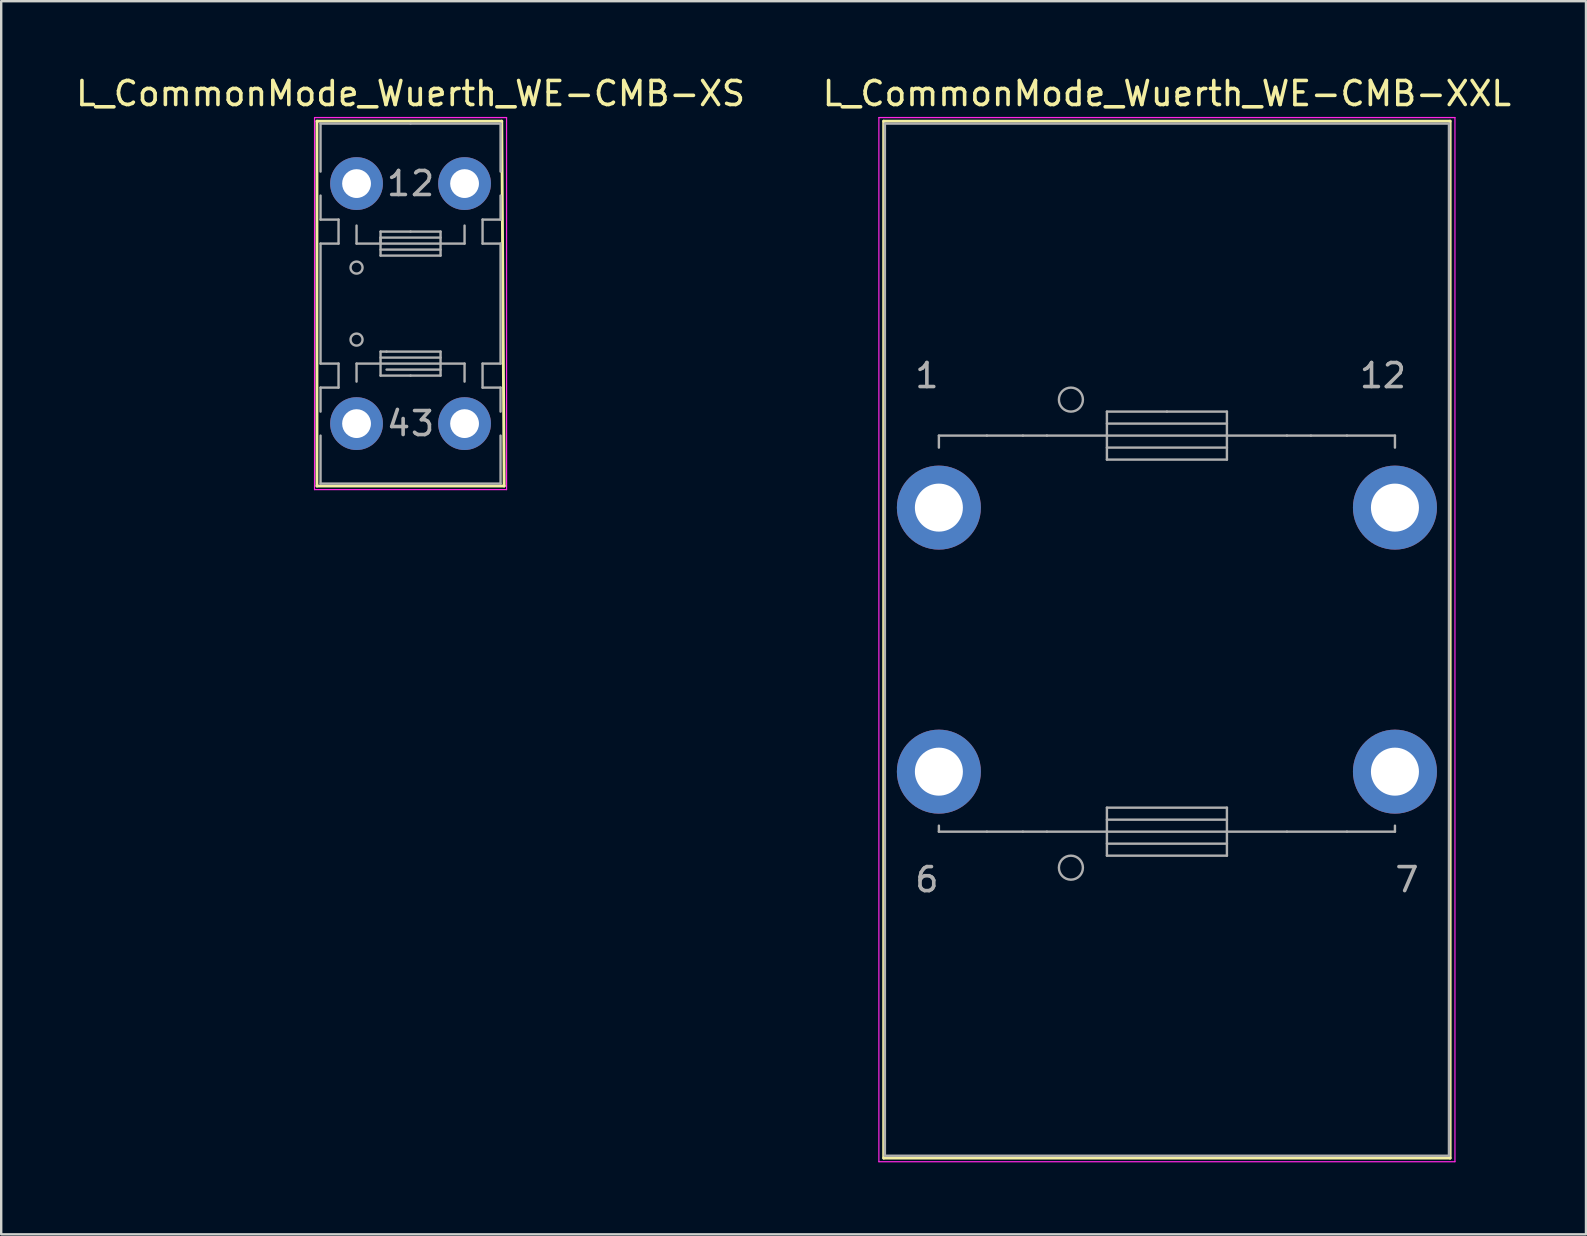
<source format=kicad_pcb>
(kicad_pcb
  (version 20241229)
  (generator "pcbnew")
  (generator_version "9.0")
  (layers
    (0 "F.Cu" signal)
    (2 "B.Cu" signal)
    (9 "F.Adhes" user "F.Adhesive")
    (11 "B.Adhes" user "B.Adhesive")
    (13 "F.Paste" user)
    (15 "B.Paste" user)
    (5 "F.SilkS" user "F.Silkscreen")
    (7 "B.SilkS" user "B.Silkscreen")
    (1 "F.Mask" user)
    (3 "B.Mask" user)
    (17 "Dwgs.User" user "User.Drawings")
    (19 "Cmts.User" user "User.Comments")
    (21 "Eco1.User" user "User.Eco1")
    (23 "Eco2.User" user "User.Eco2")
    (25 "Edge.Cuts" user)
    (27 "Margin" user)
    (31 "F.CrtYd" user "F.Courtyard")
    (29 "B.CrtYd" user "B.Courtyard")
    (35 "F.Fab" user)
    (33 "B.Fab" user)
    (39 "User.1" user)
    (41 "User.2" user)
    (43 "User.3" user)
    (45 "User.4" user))
  (footprint "L_CommonMode_Wuerth_WE-CMB-XXL"
    (layer "F.Cu")
    (at 36.065 18.098)
    (property "Reference" "L_CommonMode_Wuerth_WE-CMB-XXL" (at 9.5 -17.25 0) (layer "F.SilkS") (effects (font (size 1 1) (thickness 0.15))))
    (attr through_hole)
    (fp_line (start -2.3 -16.1) (end 21.3 -16.1) (stroke (width 0.12) (type solid)) (layer "F.SilkS"))
    (fp_line (start -2.3 27.1) (end -2.3 -16.1) (stroke (width 0.12) (type solid)) (layer "F.SilkS"))
    (fp_line (start 21.3 -16.1) (end 21.3 27.1) (stroke (width 0.12) (type solid)) (layer "F.SilkS"))
    (fp_line (start 21.3 27.1) (end -2.3 27.1) (stroke (width 0.12) (type solid)) (layer "F.SilkS"))
    (fp_line (start -2.5 -16.25) (end 21.5 -16.25) (stroke (width 0.05) (type solid)) (layer "F.CrtYd"))
    (fp_line (start -2.5 27.25) (end -2.5 -16.25) (stroke (width 0.05) (type solid)) (layer "F.CrtYd"))
    (fp_line (start 21.5 -16.25) (end 21.5 27.25) (stroke (width 0.05) (type solid)) (layer "F.CrtYd"))
    (fp_line (start 21.5 27.25) (end -2.5 27.25) (stroke (width 0.05) (type solid)) (layer "F.CrtYd"))
    (fp_line (start -2.25 -16) (end -2.25 27) (stroke (width 0.1) (type solid)) (layer "F.Fab"))
    (fp_line (start -2.25 27) (end 21.25 27) (stroke (width 0.1) (type solid)) (layer "F.Fab"))
    (fp_line (start 0 -3) (end 0 -2.5) (stroke (width 0.1) (type solid)) (layer "F.Fab"))
    (fp_line (start 0 13.5) (end 0 13.25) (stroke (width 0.1) (type solid)) (layer "F.Fab"))
    (fp_line (start 2 -3) (end 0 -3) (stroke (width 0.1) (type solid)) (layer "F.Fab"))
    (fp_line (start 2 13.5) (end 0 13.5) (stroke (width 0.1) (type solid)) (layer "F.Fab"))
    (fp_line (start 3.5 -3) (end 2 -3) (stroke (width 0.1) (type solid)) (layer "F.Fab"))
    (fp_line (start 3.5 13.5) (end 2 13.5) (stroke (width 0.1) (type solid)) (layer "F.Fab"))
    (fp_line (start 4.5 -3) (end 3.5 -3) (stroke (width 0.1) (type solid)) (layer "F.Fab"))
    (fp_line (start 4.5 13.5) (end 3.5 13.5) (stroke (width 0.1) (type solid)) (layer "F.Fab"))
    (fp_line (start 4.5 13.5) (end 7 13.5) (stroke (width 0.1) (type solid)) (layer "F.Fab"))
    (fp_line (start 7 -4) (end 9.5 -4) (stroke (width 0.1) (type solid)) (layer "F.Fab"))
    (fp_line (start 7 -3) (end 4.5 -3) (stroke (width 0.1) (type solid)) (layer "F.Fab"))
    (fp_line (start 7 -3) (end 12 -3) (stroke (width 0.1) (type solid)) (layer "F.Fab"))
    (fp_line (start 7 -2.5) (end 12 -2.5) (stroke (width 0.1) (type solid)) (layer "F.Fab"))
    (fp_line (start 7 -2) (end 7 -4) (stroke (width 0.1) (type solid)) (layer "F.Fab"))
    (fp_line (start 7 12.5) (end 12 12.5) (stroke (width 0.1) (type solid)) (layer "F.Fab"))
    (fp_line (start 7 14) (end 12 14) (stroke (width 0.1) (type solid)) (layer "F.Fab"))
    (fp_line (start 7 14.5) (end 7 12.5) (stroke (width 0.1) (type solid)) (layer "F.Fab"))
    (fp_line (start 9.5 -4) (end 12 -4) (stroke (width 0.1) (type solid)) (layer "F.Fab"))
    (fp_line (start 12 -4) (end 12 -2) (stroke (width 0.1) (type solid)) (layer "F.Fab"))
    (fp_line (start 12 -3.5) (end 7 -3.5) (stroke (width 0.1) (type solid)) (layer "F.Fab"))
    (fp_line (start 12 -3) (end 14.5 -3) (stroke (width 0.1) (type solid)) (layer "F.Fab"))
    (fp_line (start 12 -2) (end 7 -2) (stroke (width 0.1) (type solid)) (layer "F.Fab"))
    (fp_line (start 12 12.5) (end 12 14.5) (stroke (width 0.1) (type solid)) (layer "F.Fab"))
    (fp_line (start 12 13) (end 7 13) (stroke (width 0.1) (type solid)) (layer "F.Fab"))
    (fp_line (start 12 13.5) (end 7 13.5) (stroke (width 0.1) (type solid)) (layer "F.Fab"))
    (fp_line (start 12 14.5) (end 7 14.5) (stroke (width 0.1) (type solid)) (layer "F.Fab"))
    (fp_line (start 14.5 -3) (end 15.5 -3) (stroke (width 0.1) (type solid)) (layer "F.Fab"))
    (fp_line (start 14.5 13.5) (end 12 13.5) (stroke (width 0.1) (type solid)) (layer "F.Fab"))
    (fp_line (start 14.5 13.5) (end 17 13.5) (stroke (width 0.1) (type solid)) (layer "F.Fab"))
    (fp_line (start 15.5 -3) (end 17 -3) (stroke (width 0.1) (type solid)) (layer "F.Fab"))
    (fp_line (start 17 -3) (end 19 -3) (stroke (width 0.1) (type solid)) (layer "F.Fab"))
    (fp_line (start 17 13.5) (end 19 13.5) (stroke (width 0.1) (type solid)) (layer "F.Fab"))
    (fp_line (start 19 -3) (end 19 -2.5) (stroke (width 0.1) (type solid)) (layer "F.Fab"))
    (fp_line (start 19 13.5) (end 19 13.25) (stroke (width 0.1) (type solid)) (layer "F.Fab"))
    (fp_line (start 21.25 -16) (end -2.25 -16) (stroke (width 0.1) (type solid)) (layer "F.Fab"))
    (fp_line (start 21.25 27) (end 21.25 -16) (stroke (width 0.1) (type solid)) (layer "F.Fab"))
    (fp_circle (center 5.5 -4.5) (end 6 -4.5) (stroke (width 0.1) (type solid)) (fill no) (layer "F.Fab"))
    (fp_circle (center 5.5 15) (end 6 15) (stroke (width 0.1) (type solid)) (fill no) (layer "F.Fab"))
    (fp_text user "7" (at 19.5 15.5 0) (layer "F.Fab") (effects (font (size 1 1) (thickness 0.15))))
    (fp_text user "1" (at -0.5 -5.5 0) (layer "F.Fab") (effects (font (size 1 1) (thickness 0.15))))
    (fp_text user "6" (at -0.5 15.5 0) (layer "F.Fab") (effects (font (size 1 1) (thickness 0.15))))
    (fp_text user "12" (at 18.5 -5.5 0) (layer "F.Fab") (effects (font (size 1 1) (thickness 0.15))))
    (pad "1" thru_hole circle (at 0 0) (size 3.5 3.5) (drill 2) (layers "*.Cu" "*.Mask"))
    (pad "6" thru_hole circle (at 0 11) (size 3.5 3.5) (drill 2) (layers "*.Cu" "*.Mask"))
    (pad "7" thru_hole circle (at 19 11) (size 3.5 3.5) (drill 2) (layers "*.Cu" "*.Mask"))
    (pad "12" thru_hole circle (at 19 0) (size 3.5 3.5) (drill 2) (layers "*.Cu" "*.Mask")))
  (footprint "L_CommonMode_Wuerth_WE-CMB-XS"
    (layer "F.Cu")
    (at 11.804 4.598)
    (property "Reference" "L_CommonMode_Wuerth_WE-CMB-XS" (at 2.25 -3.75 0) (layer "F.SilkS") (effects (font (size 1 1) (thickness 0.15))))
    (attr through_hole)
    (fp_line (start -1.65 -2.6) (end -1.65 12.6) (stroke (width 0.12) (type solid)) (layer "F.SilkS"))
    (fp_line (start -1.65 12.6) (end 6.15 12.6) (stroke (width 0.12) (type solid)) (layer "F.SilkS"))
    (fp_line (start 6.05 -2.6) (end -1.65 -2.6) (stroke (width 0.12) (type solid)) (layer "F.SilkS"))
    (fp_line (start 6.15 12.6) (end 6.05 -2.6) (stroke (width 0.12) (type solid)) (layer "F.SilkS"))
    (fp_line (start -1.75 -2.75) (end -1.75 12.75) (stroke (width 0.05) (type solid)) (layer "F.CrtYd"))
    (fp_line (start -1.75 12.75) (end 6.25 12.75) (stroke (width 0.05) (type solid)) (layer "F.CrtYd"))
    (fp_line (start 6.25 -2.75) (end -1.75 -2.75) (stroke (width 0.05) (type solid)) (layer "F.CrtYd"))
    (fp_line (start 6.25 12.75) (end 6.25 -2.75) (stroke (width 0.05) (type solid)) (layer "F.CrtYd"))
    (fp_line (start -1.5 -2.5) (end 2.25 -2.5) (stroke (width 0.1) (type solid)) (layer "F.Fab"))
    (fp_line (start -1.5 -0.5) (end -1.5 -2.5) (stroke (width 0.1) (type solid)) (layer "F.Fab"))
    (fp_line (start -1.5 1.5) (end -1.5 0.5) (stroke (width 0.1) (type solid)) (layer "F.Fab"))
    (fp_line (start -1.5 2.5) (end -0.75 2.5) (stroke (width 0.1) (type solid)) (layer "F.Fab"))
    (fp_line (start -1.5 7.5) (end -1.5 2.5) (stroke (width 0.1) (type solid)) (layer "F.Fab"))
    (fp_line (start -1.5 8.5) (end -0.75 8.5) (stroke (width 0.1) (type solid)) (layer "F.Fab"))
    (fp_line (start -1.5 9.5) (end -1.5 8.5) (stroke (width 0.1) (type solid)) (layer "F.Fab"))
    (fp_line (start -1.5 12.5) (end -1.5 10.5) (stroke (width 0.1) (type solid)) (layer "F.Fab"))
    (fp_line (start -0.75 1.5) (end -1.5 1.5) (stroke (width 0.1) (type solid)) (layer "F.Fab"))
    (fp_line (start -0.75 2.5) (end -0.75 1.5) (stroke (width 0.1) (type solid)) (layer "F.Fab"))
    (fp_line (start -0.75 7.5) (end -1.5 7.5) (stroke (width 0.1) (type solid)) (layer "F.Fab"))
    (fp_line (start -0.75 8.5) (end -0.75 7.5) (stroke (width 0.1) (type solid)) (layer "F.Fab"))
    (fp_line (start 0 2.5) (end 0 1.75) (stroke (width 0.1) (type solid)) (layer "F.Fab"))
    (fp_line (start 0 7.5) (end 0 8.25) (stroke (width 0.1) (type solid)) (layer "F.Fab"))
    (fp_line (start 1 2) (end 2.25 2) (stroke (width 0.1) (type solid)) (layer "F.Fab"))
    (fp_line (start 1 2.25) (end 1 2.5) (stroke (width 0.1) (type solid)) (layer "F.Fab"))
    (fp_line (start 1 2.5) (end 0 2.5) (stroke (width 0.1) (type solid)) (layer "F.Fab"))
    (fp_line (start 1 2.75) (end 3.5 2.75) (stroke (width 0.1) (type solid)) (layer "F.Fab"))
    (fp_line (start 1 3) (end 1 2) (stroke (width 0.1) (type solid)) (layer "F.Fab"))
    (fp_line (start 1 7) (end 1 8) (stroke (width 0.1) (type solid)) (layer "F.Fab"))
    (fp_line (start 1 7.5) (end 0 7.5) (stroke (width 0.1) (type solid)) (layer "F.Fab"))
    (fp_line (start 1 8) (end 2.25 8) (stroke (width 0.1) (type solid)) (layer "F.Fab"))
    (fp_line (start 1.25 7) (end 1 7) (stroke (width 0.1) (type solid)) (layer "F.Fab"))
    (fp_line (start 2.25 -2.5) (end 6 -2.5) (stroke (width 0.1) (type solid)) (layer "F.Fab"))
    (fp_line (start 2.25 2) (end 3.5 2) (stroke (width 0.1) (type solid)) (layer "F.Fab"))
    (fp_line (start 2.25 8) (end 3.5 8) (stroke (width 0.1) (type solid)) (layer "F.Fab"))
    (fp_line (start 3.5 2) (end 3.5 3) (stroke (width 0.1) (type solid)) (layer "F.Fab"))
    (fp_line (start 3.5 2.25) (end 1 2.25) (stroke (width 0.1) (type solid)) (layer "F.Fab"))
    (fp_line (start 3.5 2.5) (end 1 2.5) (stroke (width 0.1) (type solid)) (layer "F.Fab"))
    (fp_line (start 3.5 2.5) (end 4.5 2.5) (stroke (width 0.1) (type solid)) (layer "F.Fab"))
    (fp_line (start 3.5 3) (end 1 3) (stroke (width 0.1) (type solid)) (layer "F.Fab"))
    (fp_line (start 3.5 7) (end 1.25 7) (stroke (width 0.1) (type solid)) (layer "F.Fab"))
    (fp_line (start 3.5 7.25) (end 1 7.25) (stroke (width 0.1) (type solid)) (layer "F.Fab"))
    (fp_line (start 3.5 7.5) (end 1 7.5) (stroke (width 0.1) (type solid)) (layer "F.Fab"))
    (fp_line (start 3.5 7.5) (end 4.5 7.5) (stroke (width 0.1) (type solid)) (layer "F.Fab"))
    (fp_line (start 3.5 7.75) (end 1.25 7.75) (stroke (width 0.1) (type solid)) (layer "F.Fab"))
    (fp_line (start 3.5 8) (end 3.5 7) (stroke (width 0.1) (type solid)) (layer "F.Fab"))
    (fp_line (start 4.5 2.5) (end 4.5 1.75) (stroke (width 0.1) (type solid)) (layer "F.Fab"))
    (fp_line (start 4.5 7.5) (end 4.5 8.25) (stroke (width 0.1) (type solid)) (layer "F.Fab"))
    (fp_line (start 5.25 1.5) (end 5.25 2.5) (stroke (width 0.1) (type solid)) (layer "F.Fab"))
    (fp_line (start 5.25 2.5) (end 6 2.5) (stroke (width 0.1) (type solid)) (layer "F.Fab"))
    (fp_line (start 5.25 7.5) (end 5.25 8.5) (stroke (width 0.1) (type solid)) (layer "F.Fab"))
    (fp_line (start 5.25 8.5) (end 6 8.5) (stroke (width 0.1) (type solid)) (layer "F.Fab"))
    (fp_line (start 6 -2.5) (end 6 -0.5) (stroke (width 0.1) (type solid)) (layer "F.Fab"))
    (fp_line (start 6 0.5) (end 6 1.5) (stroke (width 0.1) (type solid)) (layer "F.Fab"))
    (fp_line (start 6 1.5) (end 5.25 1.5) (stroke (width 0.1) (type solid)) (layer "F.Fab"))
    (fp_line (start 6 2.5) (end 6 7.5) (stroke (width 0.1) (type solid)) (layer "F.Fab"))
    (fp_line (start 6 7.5) (end 5.25 7.5) (stroke (width 0.1) (type solid)) (layer "F.Fab"))
    (fp_line (start 6 8.5) (end 6 9.5) (stroke (width 0.1) (type solid)) (layer "F.Fab"))
    (fp_line (start 6 10.5) (end 6 12.5) (stroke (width 0.1) (type solid)) (layer "F.Fab"))
    (fp_line (start 6 12.5) (end -1.5 12.5) (stroke (width 0.1) (type solid)) (layer "F.Fab"))
    (fp_circle (center 0 3.5) (end 0.25 3.5) (stroke (width 0.1) (type solid)) (fill no) (layer "F.Fab"))
    (fp_circle (center 0 6.5) (end 0 6.25) (stroke (width 0.1) (type solid)) (fill no) (layer "F.Fab"))
    (fp_text user "4" (at 1.75 10 0) (layer "F.Fab") (effects (font (size 1 1) (thickness 0.15))))
    (fp_text user "1" (at 1.75 0 0) (layer "F.Fab") (effects (font (size 1 1) (thickness 0.15))))
    (fp_text user "2" (at 2.75 0 0) (layer "F.Fab") (effects (font (size 1 1) (thickness 0.15))))
    (fp_text user "3" (at 2.75 10 0) (layer "F.Fab") (effects (font (size 1 1) (thickness 0.15))))
    (pad "1" thru_hole circle (at 0 0) (size 2.2 2.2) (drill 1.2) (layers "*.Cu" "*.Mask"))
    (pad "2" thru_hole circle (at 4.5 0) (size 2.2 2.2) (drill 1.2) (layers "*.Cu" "*.Mask"))
    (pad "3" thru_hole circle (at 4.5 10) (size 2.2 2.2) (drill 1.2) (layers "*.Cu" "*.Mask"))
    (pad "4" thru_hole circle (at 0 10) (size 2.2 2.2) (drill 1.2) (layers "*.Cu" "*.Mask")))
  (gr_rect
    (start -3 -3)
    (end 63.024 48.373)
    (stroke (width 0.1) (type default))
    (fill no)
    (layer "Edge.Cuts")))
</source>
